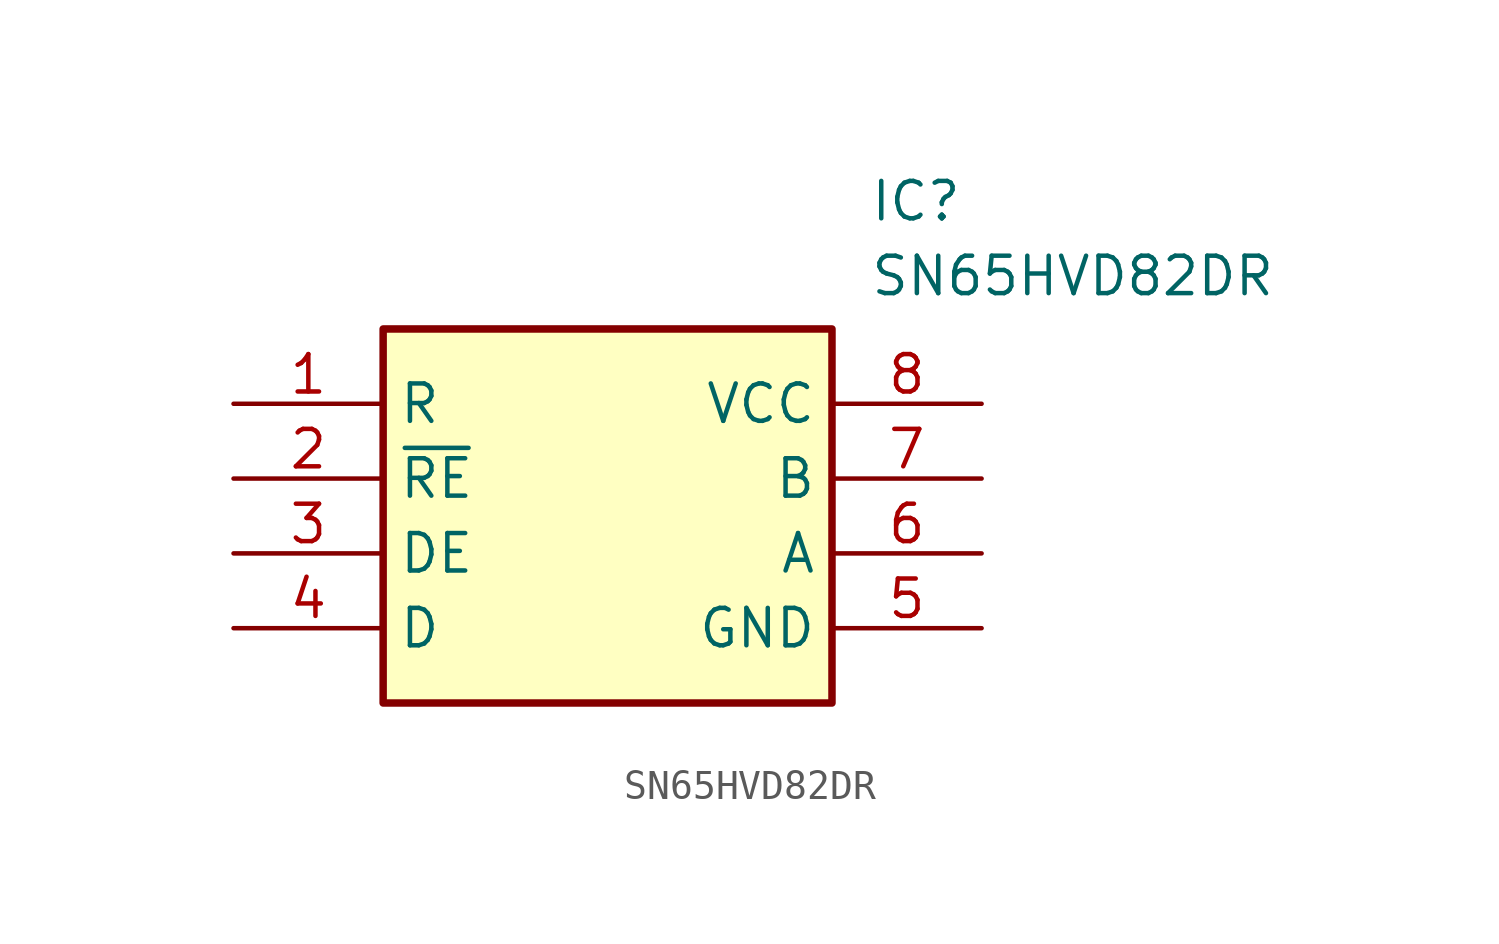
<source format=kicad_sym>
(kicad_symbol_lib
  (version 20211014)
  (generator SamacSys_ECAD_Model)
  (symbol "SN65HVD82DR"
    (property "Reference" "IC"
      (at 21.59 7.62 0)
      (effects (font (size 1.27 1.27)) (justify left top)))
    (property "Value" "SN65HVD82DR"
      (at 21.59 5.08 0)
      (effects (font (size 1.27 1.27)) (justify left top)))
    (rectangle
      (start 5.08 2.54)
      (end 20.32 -10.16)
      (stroke (width 0.254) (type default))
      (fill (type background)))
    (pin passive line
      (at 0 0 0)
      (length 5.08)
      (name "R" (effects (font (size 1.27 1.27))))
      (number "1" (effects (font (size 1.27 1.27)))))
    (pin passive line
      (at 0 -2.54 0)
      (length 5.08)
      (name "~{RE}" (effects (font (size 1.27 1.27))))
      (number "2" (effects (font (size 1.27 1.27)))))
    (pin passive line
      (at 0 -5.08 0)
      (length 5.08)
      (name "DE" (effects (font (size 1.27 1.27))))
      (number "3" (effects (font (size 1.27 1.27)))))
    (pin passive line
      (at 0 -7.62 0)
      (length 5.08)
      (name "D" (effects (font (size 1.27 1.27))))
      (number "4" (effects (font (size 1.27 1.27)))))
    (pin passive line
      (at 25.4 0 180)
      (length 5.08)
      (name "VCC" (effects (font (size 1.27 1.27))))
      (number "8" (effects (font (size 1.27 1.27)))))
    (pin passive line
      (at 25.4 -2.54 180)
      (length 5.08)
      (name "B" (effects (font (size 1.27 1.27))))
      (number "7" (effects (font (size 1.27 1.27)))))
    (pin passive line
      (at 25.4 -5.08 180)
      (length 5.08)
      (name "A" (effects (font (size 1.27 1.27))))
      (number "6" (effects (font (size 1.27 1.27)))))
    (pin passive line
      (at 25.4 -7.62 180)
      (length 5.08)
      (name "GND" (effects (font (size 1.27 1.27))))
      (number "5" (effects (font (size 1.27 1.27)))))))
</source>
